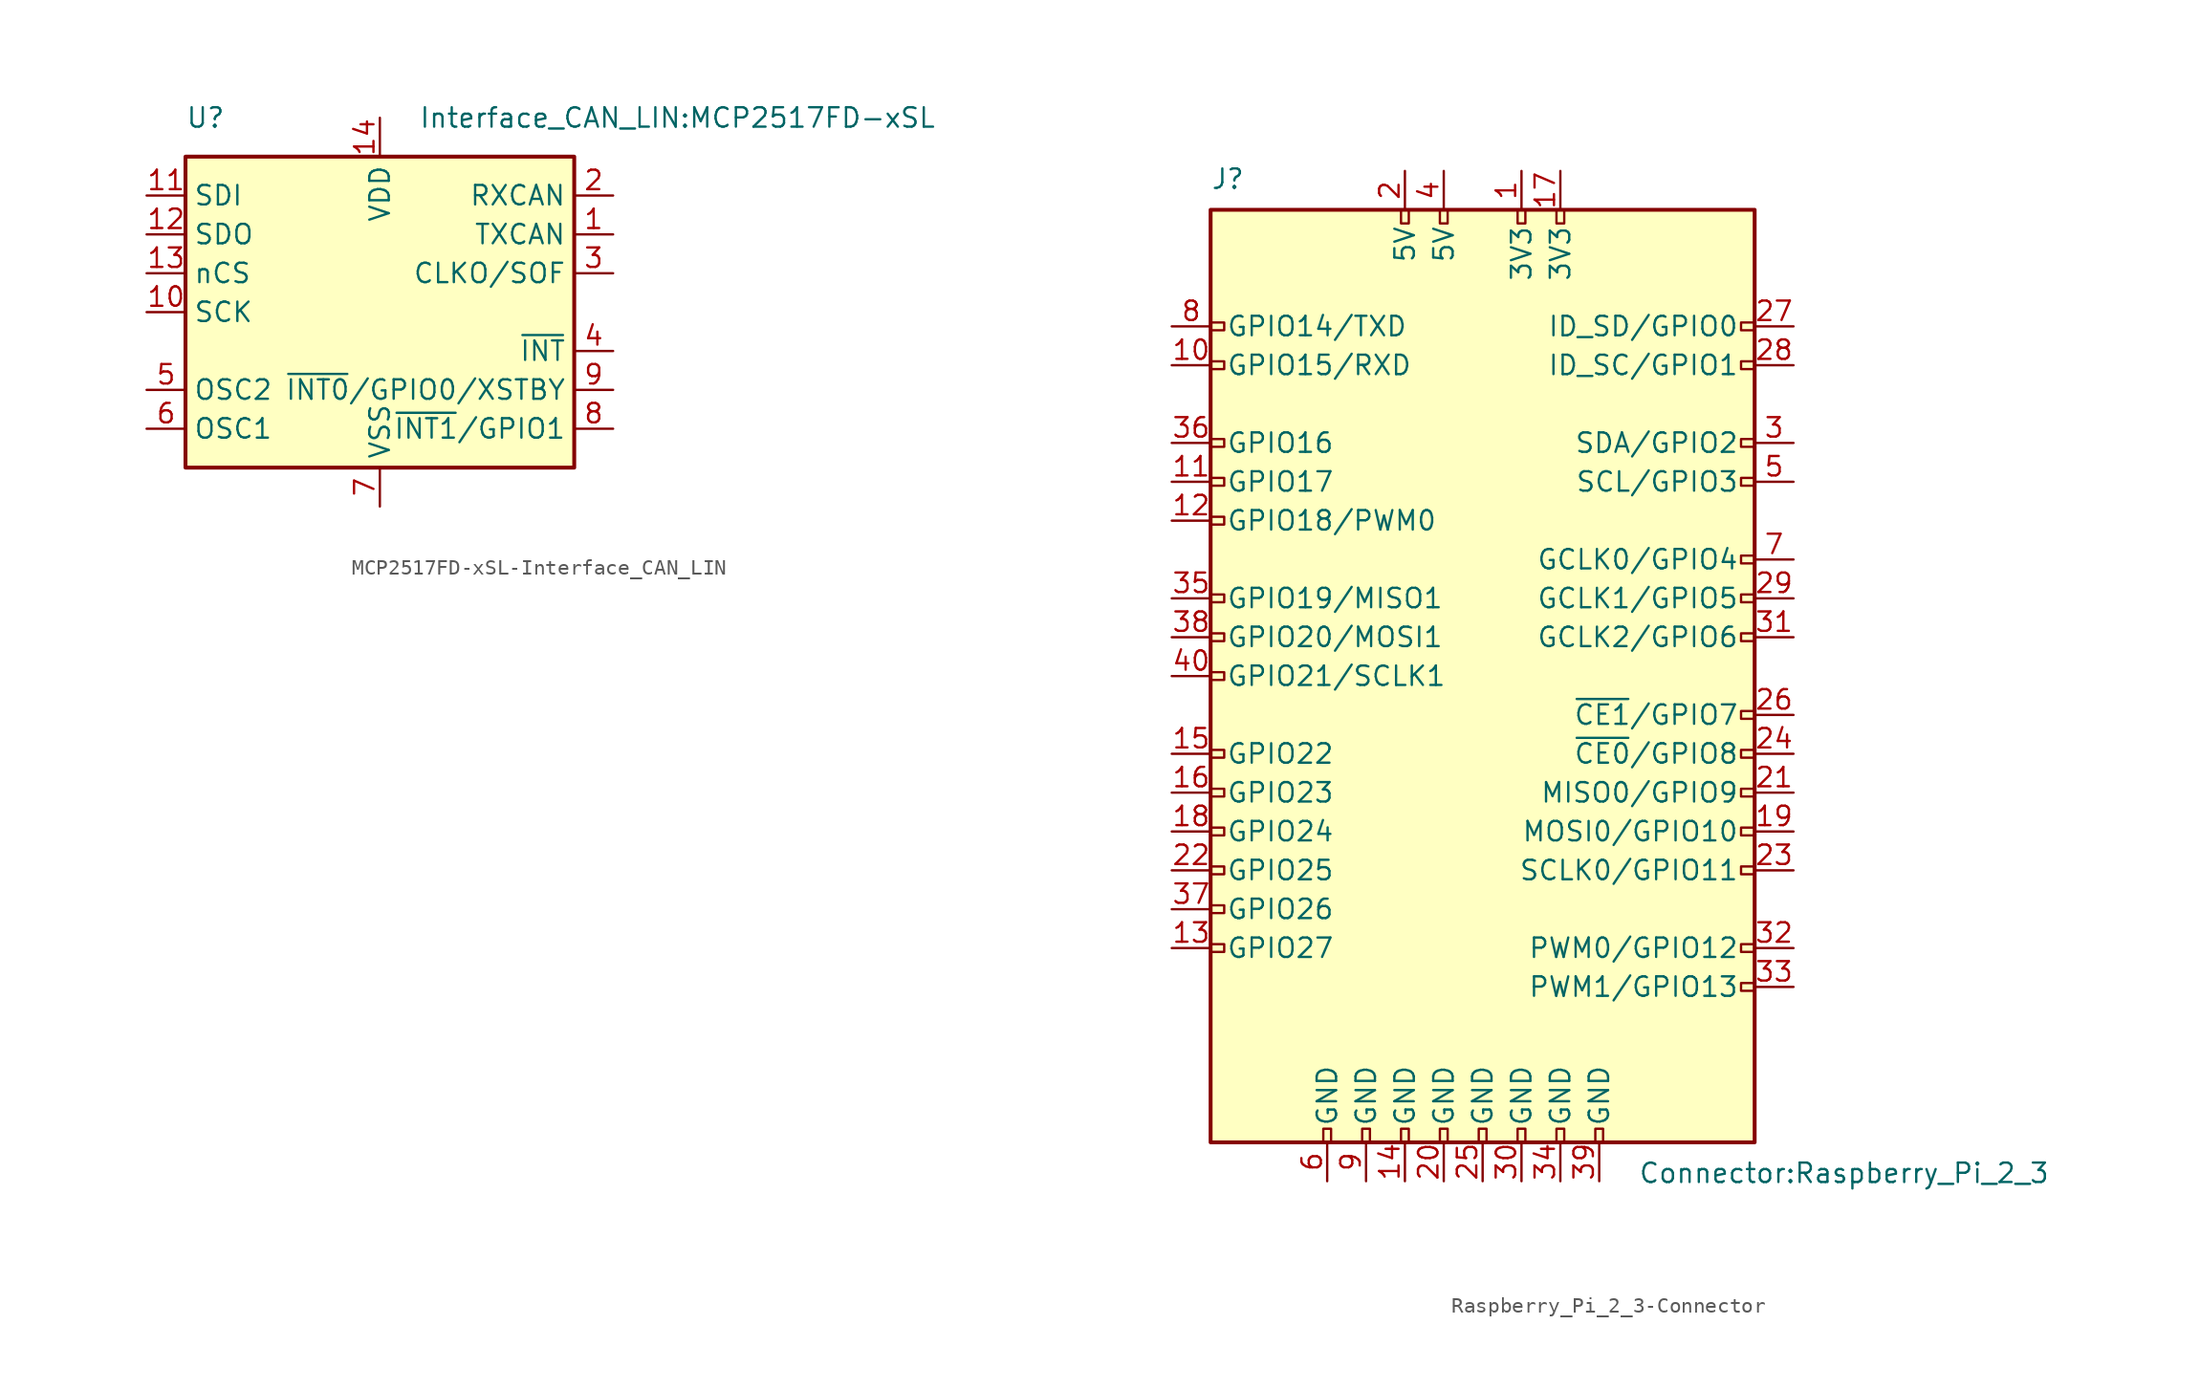
<source format=kicad_sym>
(kicad_symbol_lib
  (version 20231120)
  (generator "kicad_symbol_editor")
  (generator_version "8.0")
  (symbol "MCP2517FD-xSL-Interface_CAN_LIN"
    (property "Reference" "U"
      (at -12.7 12.7 0)
      (effects (font (size 1.27 1.27)) (justify left)))
    (property "Value" "Interface_CAN_LIN:MCP2517FD-xSL"
      (at 2.54 12.7 0)
      (effects (font (size 1.27 1.27)) (justify left)))
    (symbol "MCP2517FD-xSL-Interface_CAN_LIN_0_1"
      (rectangle (start -12.7 10.16) (end 12.7 -10.16) (stroke (width 0.254) (type solid)) (fill (type background))))
    (symbol "MCP2517FD-xSL-Interface_CAN_LIN_1_1"
      (pin output line (at 15.24 5.08 180) (length 2.54) (name "TXCAN" (effects (font (size 1.27 1.27)))) (number "1" (effects (font (size 1.27 1.27)))))
      (pin input line (at -15.24 0 0) (length 2.54) (name "SCK" (effects (font (size 1.27 1.27)))) (number "10" (effects (font (size 1.27 1.27)))))
      (pin input line (at -15.24 7.62 0) (length 2.54) (name "SDI" (effects (font (size 1.27 1.27)))) (number "11" (effects (font (size 1.27 1.27)))))
      (pin output line (at -15.24 5.08 0) (length 2.54) (name "SDO" (effects (font (size 1.27 1.27)))) (number "12" (effects (font (size 1.27 1.27)))))
      (pin input line (at -15.24 2.54 0) (length 2.54) (name "nCS" (effects (font (size 1.27 1.27)))) (number "13" (effects (font (size 1.27 1.27)))))
      (pin power_in line (at 0 12.7 270) (length 2.54) (name "VDD" (effects (font (size 1.27 1.27)))) (number "14" (effects (font (size 1.27 1.27)))))
      (pin input line (at 15.24 7.62 180) (length 2.54) (name "RXCAN" (effects (font (size 1.27 1.27)))) (number "2" (effects (font (size 1.27 1.27)))))
      (pin output line (at 15.24 2.54 180) (length 2.54) (name "CLKO/SOF" (effects (font (size 1.27 1.27)))) (number "3" (effects (font (size 1.27 1.27)))))
      (pin output line (at 15.24 -2.54 180) (length 2.54) (name "~{INT}" (effects (font (size 1.27 1.27)))) (number "4" (effects (font (size 1.27 1.27)))))
      (pin output line (at -15.24 -5.08 0) (length 2.54) (name "OSC2" (effects (font (size 1.27 1.27)))) (number "5" (effects (font (size 1.27 1.27)))))
      (pin input line (at -15.24 -7.62 0) (length 2.54) (name "OSC1" (effects (font (size 1.27 1.27)))) (number "6" (effects (font (size 1.27 1.27)))))
      (pin power_in line (at 0 -12.7 90) (length 2.54) (name "VSS" (effects (font (size 1.27 1.27)))) (number "7" (effects (font (size 1.27 1.27)))))
      (pin bidirectional line (at 15.24 -7.62 180) (length 2.54) (name "~{INT1}/GPIO1" (effects (font (size 1.27 1.27)))) (number "8" (effects (font (size 1.27 1.27)))))
      (pin bidirectional line (at 15.24 -5.08 180) (length 2.54) (name "~{INT0}/GPIO0/XSTBY" (effects (font (size 1.27 1.27)))) (number "9" (effects (font (size 1.27 1.27)))))))
  (symbol "Raspberry_Pi_2_3-Connector"
    (pin_names
      (offset 1.016))
    (property "Reference" "J"
      (at -17.78 31.75 0)
      (effects (font (size 1.27 1.27)) (justify left bottom)))
    (property "Value" "Connector:Raspberry_Pi_2_3"
      (at 10.16 -31.75 0)
      (effects (font (size 1.27 1.27)) (justify left top)))
    (symbol "Raspberry_Pi_2_3-Connector_0_1"
      (rectangle (start -17.78 30.48) (end 17.78 -30.48) (stroke (width 0.254) (type solid)) (fill (type background))))
    (symbol "Raspberry_Pi_2_3-Connector_1_1"
      (rectangle (start -16.891 -17.526) (end -17.78 -18.034) (stroke (width 0) (type solid)) (fill (type none)))
      (rectangle (start -16.891 -14.986) (end -17.78 -15.494) (stroke (width 0) (type solid)) (fill (type none)))
      (rectangle (start -16.891 -12.446) (end -17.78 -12.954) (stroke (width 0) (type solid)) (fill (type none)))
      (rectangle (start -16.891 -9.906) (end -17.78 -10.414) (stroke (width 0) (type solid)) (fill (type none)))
      (rectangle (start -16.891 -7.366) (end -17.78 -7.874) (stroke (width 0) (type solid)) (fill (type none)))
      (rectangle (start -16.891 -4.826) (end -17.78 -5.334) (stroke (width 0) (type solid)) (fill (type none)))
      (rectangle (start -16.891 0.254) (end -17.78 -0.254) (stroke (width 0) (type solid)) (fill (type none)))
      (rectangle (start -16.891 2.794) (end -17.78 2.286) (stroke (width 0) (type solid)) (fill (type none)))
      (rectangle (start -16.891 5.334) (end -17.78 4.826) (stroke (width 0) (type solid)) (fill (type none)))
      (rectangle (start -16.891 10.414) (end -17.78 9.906) (stroke (width 0) (type solid)) (fill (type none)))
      (rectangle (start -16.891 12.954) (end -17.78 12.446) (stroke (width 0) (type solid)) (fill (type none)))
      (rectangle (start -16.891 15.494) (end -17.78 14.986) (stroke (width 0) (type solid)) (fill (type none)))
      (rectangle (start -16.891 20.574) (end -17.78 20.066) (stroke (width 0) (type solid)) (fill (type none)))
      (rectangle (start -16.891 23.114) (end -17.78 22.606) (stroke (width 0) (type solid)) (fill (type none)))
      (rectangle (start -10.414 -29.591) (end -9.906 -30.48) (stroke (width 0) (type solid)) (fill (type none)))
      (rectangle (start -7.874 -29.591) (end -7.366 -30.48) (stroke (width 0) (type solid)) (fill (type none)))
      (rectangle (start -5.334 -29.591) (end -4.826 -30.48) (stroke (width 0) (type solid)) (fill (type none)))
      (rectangle (start -5.334 30.48) (end -4.826 29.591) (stroke (width 0) (type solid)) (fill (type none)))
      (rectangle (start -2.794 -29.591) (end -2.286 -30.48) (stroke (width 0) (type solid)) (fill (type none)))
      (rectangle (start -2.794 30.48) (end -2.286 29.591) (stroke (width 0) (type solid)) (fill (type none)))
      (rectangle (start -0.254 -29.591) (end 0.254 -30.48) (stroke (width 0) (type solid)) (fill (type none)))
      (rectangle (start 2.286 -29.591) (end 2.794 -30.48) (stroke (width 0) (type solid)) (fill (type none)))
      (rectangle (start 2.286 30.48) (end 2.794 29.591) (stroke (width 0) (type solid)) (fill (type none)))
      (rectangle (start 4.826 -29.591) (end 5.334 -30.48) (stroke (width 0) (type solid)) (fill (type none)))
      (rectangle (start 4.826 30.48) (end 5.334 29.591) (stroke (width 0) (type solid)) (fill (type none)))
      (rectangle (start 7.366 -29.591) (end 7.874 -30.48) (stroke (width 0) (type solid)) (fill (type none)))
      (rectangle (start 17.78 -20.066) (end 16.891 -20.574) (stroke (width 0) (type solid)) (fill (type none)))
      (rectangle (start 17.78 -17.526) (end 16.891 -18.034) (stroke (width 0) (type solid)) (fill (type none)))
      (rectangle (start 17.78 -12.446) (end 16.891 -12.954) (stroke (width 0) (type solid)) (fill (type none)))
      (rectangle (start 17.78 -9.906) (end 16.891 -10.414) (stroke (width 0) (type solid)) (fill (type none)))
      (rectangle (start 17.78 -7.366) (end 16.891 -7.874) (stroke (width 0) (type solid)) (fill (type none)))
      (rectangle (start 17.78 -4.826) (end 16.891 -5.334) (stroke (width 0) (type solid)) (fill (type none)))
      (rectangle (start 17.78 -2.286) (end 16.891 -2.794) (stroke (width 0) (type solid)) (fill (type none)))
      (rectangle (start 17.78 2.794) (end 16.891 2.286) (stroke (width 0) (type solid)) (fill (type none)))
      (rectangle (start 17.78 5.334) (end 16.891 4.826) (stroke (width 0) (type solid)) (fill (type none)))
      (rectangle (start 17.78 7.874) (end 16.891 7.366) (stroke (width 0) (type solid)) (fill (type none)))
      (rectangle (start 17.78 12.954) (end 16.891 12.446) (stroke (width 0) (type solid)) (fill (type none)))
      (rectangle (start 17.78 15.494) (end 16.891 14.986) (stroke (width 0) (type solid)) (fill (type none)))
      (rectangle (start 17.78 20.574) (end 16.891 20.066) (stroke (width 0) (type solid)) (fill (type none)))
      (rectangle (start 17.78 23.114) (end 16.891 22.606) (stroke (width 0) (type solid)) (fill (type none)))
      (pin power_in line (at 2.54 33.02 270) (length 2.54) (name "3V3" (effects (font (size 1.27 1.27)))) (number "1" (effects (font (size 1.27 1.27)))))
      (pin bidirectional line (at -20.32 20.32 0) (length 2.54) (name "GPIO15/RXD" (effects (font (size 1.27 1.27)))) (number "10" (effects (font (size 1.27 1.27)))))
      (pin bidirectional line (at -20.32 12.7 0) (length 2.54) (name "GPIO17" (effects (font (size 1.27 1.27)))) (number "11" (effects (font (size 1.27 1.27)))))
      (pin bidirectional line (at -20.32 10.16 0) (length 2.54) (name "GPIO18/PWM0" (effects (font (size 1.27 1.27)))) (number "12" (effects (font (size 1.27 1.27)))))
      (pin bidirectional line (at -20.32 -17.78 0) (length 2.54) (name "GPIO27" (effects (font (size 1.27 1.27)))) (number "13" (effects (font (size 1.27 1.27)))))
      (pin power_in line (at -5.08 -33.02 90) (length 2.54) (name "GND" (effects (font (size 1.27 1.27)))) (number "14" (effects (font (size 1.27 1.27)))))
      (pin bidirectional line (at -20.32 -5.08 0) (length 2.54) (name "GPIO22" (effects (font (size 1.27 1.27)))) (number "15" (effects (font (size 1.27 1.27)))))
      (pin bidirectional line (at -20.32 -7.62 0) (length 2.54) (name "GPIO23" (effects (font (size 1.27 1.27)))) (number "16" (effects (font (size 1.27 1.27)))))
      (pin power_in line (at 5.08 33.02 270) (length 2.54) (name "3V3" (effects (font (size 1.27 1.27)))) (number "17" (effects (font (size 1.27 1.27)))))
      (pin bidirectional line (at -20.32 -10.16 0) (length 2.54) (name "GPIO24" (effects (font (size 1.27 1.27)))) (number "18" (effects (font (size 1.27 1.27)))))
      (pin bidirectional line (at 20.32 -10.16 180) (length 2.54) (name "MOSI0/GPIO10" (effects (font (size 1.27 1.27)))) (number "19" (effects (font (size 1.27 1.27)))))
      (pin power_in line (at -5.08 33.02 270) (length 2.54) (name "5V" (effects (font (size 1.27 1.27)))) (number "2" (effects (font (size 1.27 1.27)))))
      (pin power_in line (at -2.54 -33.02 90) (length 2.54) (name "GND" (effects (font (size 1.27 1.27)))) (number "20" (effects (font (size 1.27 1.27)))))
      (pin bidirectional line (at 20.32 -7.62 180) (length 2.54) (name "MISO0/GPIO9" (effects (font (size 1.27 1.27)))) (number "21" (effects (font (size 1.27 1.27)))))
      (pin bidirectional line (at -20.32 -12.7 0) (length 2.54) (name "GPIO25" (effects (font (size 1.27 1.27)))) (number "22" (effects (font (size 1.27 1.27)))))
      (pin bidirectional line (at 20.32 -12.7 180) (length 2.54) (name "SCLK0/GPIO11" (effects (font (size 1.27 1.27)))) (number "23" (effects (font (size 1.27 1.27)))))
      (pin bidirectional line (at 20.32 -5.08 180) (length 2.54) (name "~{CE0}/GPIO8" (effects (font (size 1.27 1.27)))) (number "24" (effects (font (size 1.27 1.27)))))
      (pin power_in line (at 0 -33.02 90) (length 2.54) (name "GND" (effects (font (size 1.27 1.27)))) (number "25" (effects (font (size 1.27 1.27)))))
      (pin bidirectional line (at 20.32 -2.54 180) (length 2.54) (name "~{CE1}/GPIO7" (effects (font (size 1.27 1.27)))) (number "26" (effects (font (size 1.27 1.27)))))
      (pin bidirectional line (at 20.32 22.86 180) (length 2.54) (name "ID_SD/GPIO0" (effects (font (size 1.27 1.27)))) (number "27" (effects (font (size 1.27 1.27)))))
      (pin bidirectional line (at 20.32 20.32 180) (length 2.54) (name "ID_SC/GPIO1" (effects (font (size 1.27 1.27)))) (number "28" (effects (font (size 1.27 1.27)))))
      (pin bidirectional line (at 20.32 5.08 180) (length 2.54) (name "GCLK1/GPIO5" (effects (font (size 1.27 1.27)))) (number "29" (effects (font (size 1.27 1.27)))))
      (pin bidirectional line (at 20.32 15.24 180) (length 2.54) (name "SDA/GPIO2" (effects (font (size 1.27 1.27)))) (number "3" (effects (font (size 1.27 1.27)))))
      (pin power_in line (at 2.54 -33.02 90) (length 2.54) (name "GND" (effects (font (size 1.27 1.27)))) (number "30" (effects (font (size 1.27 1.27)))))
      (pin bidirectional line (at 20.32 2.54 180) (length 2.54) (name "GCLK2/GPIO6" (effects (font (size 1.27 1.27)))) (number "31" (effects (font (size 1.27 1.27)))))
      (pin bidirectional line (at 20.32 -17.78 180) (length 2.54) (name "PWM0/GPIO12" (effects (font (size 1.27 1.27)))) (number "32" (effects (font (size 1.27 1.27)))))
      (pin bidirectional line (at 20.32 -20.32 180) (length 2.54) (name "PWM1/GPIO13" (effects (font (size 1.27 1.27)))) (number "33" (effects (font (size 1.27 1.27)))))
      (pin power_in line (at 5.08 -33.02 90) (length 2.54) (name "GND" (effects (font (size 1.27 1.27)))) (number "34" (effects (font (size 1.27 1.27)))))
      (pin bidirectional line (at -20.32 5.08 0) (length 2.54) (name "GPIO19/MISO1" (effects (font (size 1.27 1.27)))) (number "35" (effects (font (size 1.27 1.27)))))
      (pin bidirectional line (at -20.32 15.24 0) (length 2.54) (name "GPIO16" (effects (font (size 1.27 1.27)))) (number "36" (effects (font (size 1.27 1.27)))))
      (pin bidirectional line (at -20.32 -15.24 0) (length 2.54) (name "GPIO26" (effects (font (size 1.27 1.27)))) (number "37" (effects (font (size 1.27 1.27)))))
      (pin bidirectional line (at -20.32 2.54 0) (length 2.54) (name "GPIO20/MOSI1" (effects (font (size 1.27 1.27)))) (number "38" (effects (font (size 1.27 1.27)))))
      (pin power_in line (at 7.62 -33.02 90) (length 2.54) (name "GND" (effects (font (size 1.27 1.27)))) (number "39" (effects (font (size 1.27 1.27)))))
      (pin power_in line (at -2.54 33.02 270) (length 2.54) (name "5V" (effects (font (size 1.27 1.27)))) (number "4" (effects (font (size 1.27 1.27)))))
      (pin bidirectional line (at -20.32 0 0) (length 2.54) (name "GPIO21/SCLK1" (effects (font (size 1.27 1.27)))) (number "40" (effects (font (size 1.27 1.27)))))
      (pin bidirectional line (at 20.32 12.7 180) (length 2.54) (name "SCL/GPIO3" (effects (font (size 1.27 1.27)))) (number "5" (effects (font (size 1.27 1.27)))))
      (pin power_in line (at -10.16 -33.02 90) (length 2.54) (name "GND" (effects (font (size 1.27 1.27)))) (number "6" (effects (font (size 1.27 1.27)))))
      (pin bidirectional line (at 20.32 7.62 180) (length 2.54) (name "GCLK0/GPIO4" (effects (font (size 1.27 1.27)))) (number "7" (effects (font (size 1.27 1.27)))))
      (pin bidirectional line (at -20.32 22.86 0) (length 2.54) (name "GPIO14/TXD" (effects (font (size 1.27 1.27)))) (number "8" (effects (font (size 1.27 1.27)))))
      (pin power_in line (at -7.62 -33.02 90) (length 2.54) (name "GND" (effects (font (size 1.27 1.27)))) (number "9" (effects (font (size 1.27 1.27))))))))
</source>
